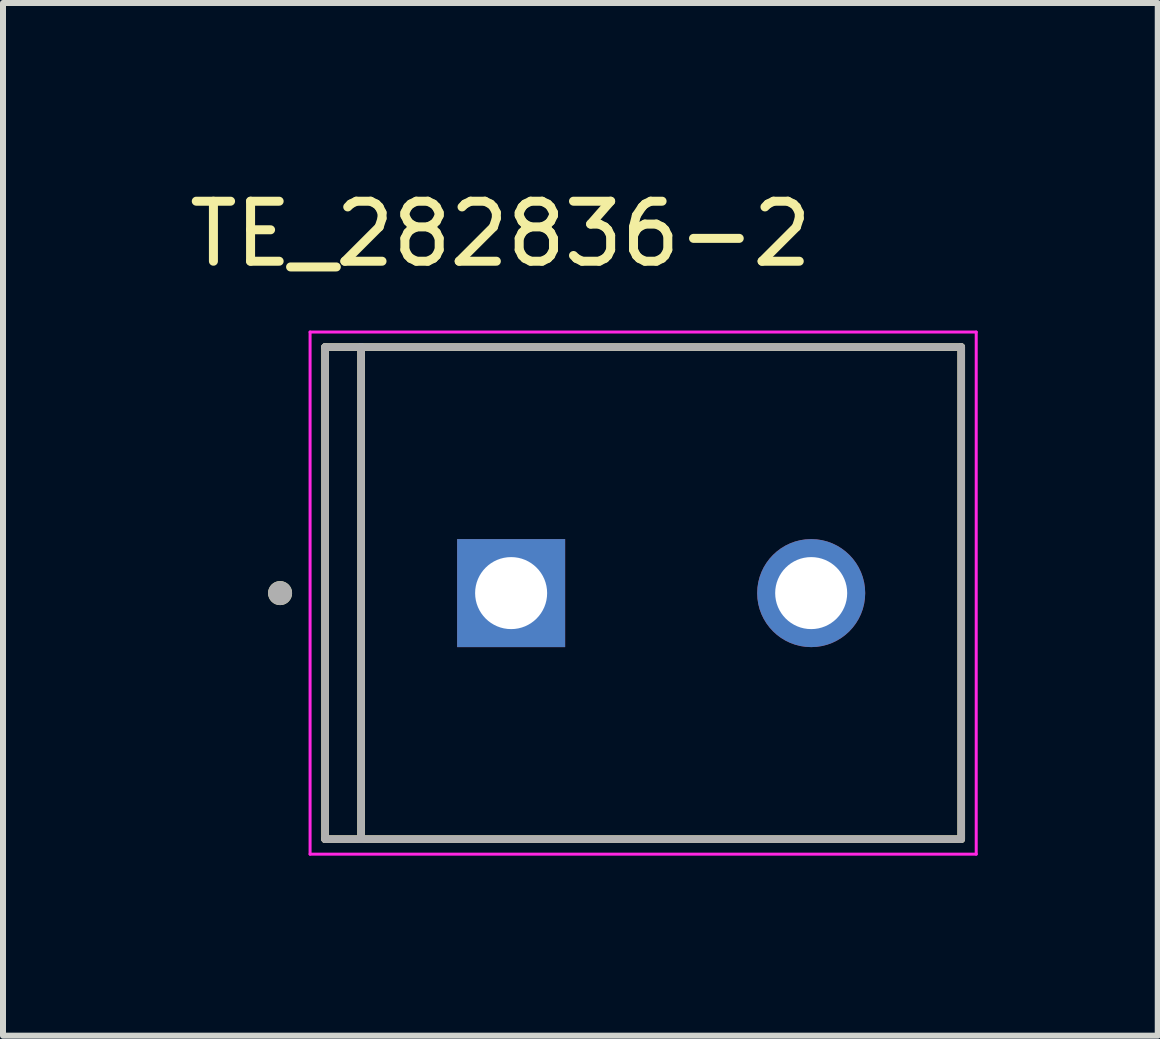
<source format=kicad_pcb>
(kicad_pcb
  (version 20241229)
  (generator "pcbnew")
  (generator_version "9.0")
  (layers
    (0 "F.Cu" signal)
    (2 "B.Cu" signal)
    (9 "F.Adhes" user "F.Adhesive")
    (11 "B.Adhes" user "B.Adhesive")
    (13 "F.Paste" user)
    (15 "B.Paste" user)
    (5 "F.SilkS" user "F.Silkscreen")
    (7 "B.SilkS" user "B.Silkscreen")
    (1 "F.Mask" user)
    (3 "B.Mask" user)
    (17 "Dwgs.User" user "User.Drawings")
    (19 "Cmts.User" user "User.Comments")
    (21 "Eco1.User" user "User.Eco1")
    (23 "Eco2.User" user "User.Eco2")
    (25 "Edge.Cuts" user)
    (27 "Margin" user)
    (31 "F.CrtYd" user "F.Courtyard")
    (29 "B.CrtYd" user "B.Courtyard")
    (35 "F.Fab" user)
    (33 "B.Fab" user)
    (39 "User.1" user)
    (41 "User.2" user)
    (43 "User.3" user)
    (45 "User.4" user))
  (footprint "TE_282836-2"
    (layer "F.Cu")
    (at 7.967 6.833)
    (property "Reference" "TE_282836-2" (at -2.675 -5.985 0) (layer "F.SilkS") (effects (font (size 1 1) (thickness 0.15))))
    (attr through_hole)
    (fp_line (start -5.6 -4.1) (end -5 -4.1) (stroke (width 0.127) (type solid)) (layer "F.SilkS"))
    (fp_line (start -5.6 4.1) (end -5.6 -4.1) (stroke (width 0.127) (type solid)) (layer "F.SilkS"))
    (fp_line (start -5.6 4.1) (end -5 4.1) (stroke (width 0.127) (type solid)) (layer "F.SilkS"))
    (fp_line (start -5 -4.1) (end 5 -4.1) (stroke (width 0.127) (type solid)) (layer "F.SilkS"))
    (fp_line (start -5 4.1) (end -5 -4.1) (stroke (width 0.127) (type solid)) (layer "F.SilkS"))
    (fp_line (start 5 -4.1) (end 5 4.1) (stroke (width 0.127) (type solid)) (layer "F.SilkS"))
    (fp_line (start 5 4.1) (end -5 4.1) (stroke (width 0.127) (type solid)) (layer "F.SilkS"))
    (fp_circle (center -6.35 0) (end -6.25 0) (stroke (width 0.2) (type solid)) (fill no) (layer "F.SilkS"))
    (fp_line (start -5.85 -4.35) (end -5.85 4.35) (stroke (width 0.05) (type solid)) (layer "F.CrtYd"))
    (fp_line (start -5.85 4.35) (end 5.25 4.35) (stroke (width 0.05) (type solid)) (layer "F.CrtYd"))
    (fp_line (start 5.25 -4.35) (end -5.85 -4.35) (stroke (width 0.05) (type solid)) (layer "F.CrtYd"))
    (fp_line (start 5.25 4.35) (end 5.25 -4.35) (stroke (width 0.05) (type solid)) (layer "F.CrtYd"))
    (fp_line (start -5.6 -4.1) (end -5 -4.1) (stroke (width 0.127) (type solid)) (layer "F.Fab"))
    (fp_line (start -5.6 4.1) (end -5.6 -4.1) (stroke (width 0.127) (type solid)) (layer "F.Fab"))
    (fp_line (start -5.6 4.1) (end -5 4.1) (stroke (width 0.127) (type solid)) (layer "F.Fab"))
    (fp_line (start -5 -4.1) (end 5 -4.1) (stroke (width 0.127) (type solid)) (layer "F.Fab"))
    (fp_line (start -5 4.1) (end -5 -4.1) (stroke (width 0.127) (type solid)) (layer "F.Fab"))
    (fp_line (start 5 -4.1) (end 5 4.1) (stroke (width 0.127) (type solid)) (layer "F.Fab"))
    (fp_line (start 5 4.1) (end -5 4.1) (stroke (width 0.127) (type solid)) (layer "F.Fab"))
    (fp_circle (center -6.35 0) (end -6.25 0) (stroke (width 0.2) (type solid)) (fill no) (layer "F.Fab"))
    (pad "1" thru_hole rect (at -2.5 0) (size 1.8 1.8) (drill 1.2) (layers "*.Cu" "*.Mask"))
    (pad "2" thru_hole circle (at 2.5 0) (size 1.8 1.8) (drill 1.2) (layers "*.Cu" "*.Mask")))
  (gr_rect
    (start -3 -3)
    (end 16.242 14.208)
    (stroke (width 0.1) (type default))
    (fill no)
    (layer "Edge.Cuts")))
</source>
